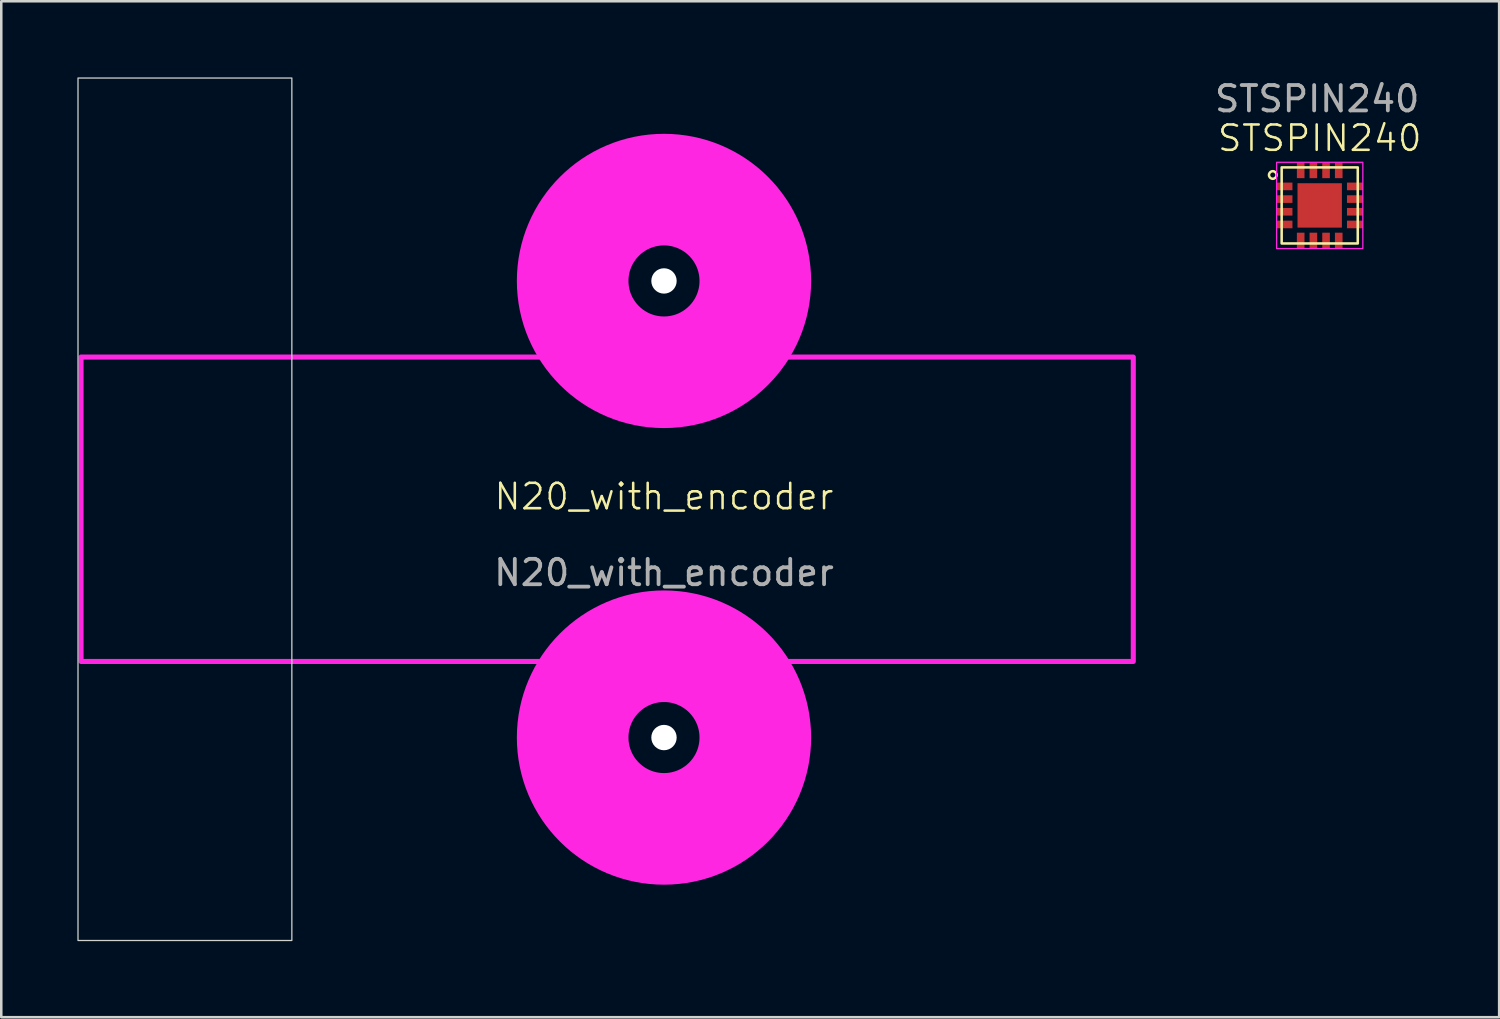
<source format=kicad_pcb>
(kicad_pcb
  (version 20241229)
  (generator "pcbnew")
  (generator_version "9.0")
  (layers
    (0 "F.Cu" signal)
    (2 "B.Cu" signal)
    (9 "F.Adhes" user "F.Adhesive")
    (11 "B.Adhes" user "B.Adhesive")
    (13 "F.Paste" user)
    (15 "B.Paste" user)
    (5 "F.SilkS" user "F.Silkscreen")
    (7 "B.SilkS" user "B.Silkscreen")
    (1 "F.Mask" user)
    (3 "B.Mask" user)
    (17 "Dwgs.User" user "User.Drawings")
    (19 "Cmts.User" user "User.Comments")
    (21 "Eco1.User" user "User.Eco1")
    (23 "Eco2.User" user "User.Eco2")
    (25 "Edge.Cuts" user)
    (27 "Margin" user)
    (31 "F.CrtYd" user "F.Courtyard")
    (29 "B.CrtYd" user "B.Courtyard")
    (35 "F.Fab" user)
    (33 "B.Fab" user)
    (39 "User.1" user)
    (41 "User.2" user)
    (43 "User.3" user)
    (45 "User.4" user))
  (footprint "N20_with_encoder"
    (layer "F.Cu")
    (at 23.125 17.025)
    (property "Reference" "N20_with_encoder" (at 0 -0.5 0) (unlocked yes) (layer "F.SilkS") (effects (font (size 1 1) (thickness 0.1))))
    (attr through_hole)
    (fp_rect (start -23.1 -17) (end -14.67 17) (stroke (width 0.05) (type default)) (fill no) (layer "Edge.Cuts"))
    (fp_rect (start -22.98 -6) (end 18.5 6) (stroke (width 0.2) (type solid)) (fill no) (layer "F.CrtYd"))
    (fp_circle (center 0 -9) (end 3.6 -9) (stroke (width 4.4) (type solid)) (fill no) (layer "F.CrtYd"))
    (fp_circle (center 0 9) (end 3.6 9) (stroke (width 4.4) (type solid)) (fill no) (layer "F.CrtYd"))
    (fp_text user "${REFERENCE}" (at 0 2.5 0) (unlocked yes) (layer "F.Fab") (effects (font (size 1 1) (thickness 0.15))))
    (pad "" np_thru_hole circle (at 0 -9) (size 1 1) (drill 2.2) (layers "*.Cu" "*.Mask"))
    (pad "" np_thru_hole circle (at 0 9) (size 1 1) (drill 2.2) (layers "*.Cu" "*.Mask")))
  (footprint "STSPIN240"
    (layer "F.Cu")
    (at 48.974 5.048)
    (property "Reference" "STSPIN240" (at 0 -2.65 0) (unlocked yes) (layer "F.SilkS") (effects (font (size 1 1) (thickness 0.1))))
    (attr smd)
    (fp_rect (start -1.5 -1.5) (end 1.5 1.5) (stroke (width 0.1) (type default)) (fill no) (layer "F.SilkS"))
    (fp_circle (center -1.85 -1.2) (end -1.7 -1.2) (stroke (width 0.1) (type default)) (fill no) (layer "F.SilkS"))
    (fp_rect (start -1.7 -1.7) (end 1.7 1.7) (stroke (width 0.05) (type solid)) (fill no) (layer "F.CrtYd"))
    (fp_text user "${REFERENCE}" (at -0.1 -4.2 0) (unlocked yes) (layer "F.Fab") (effects (font (size 1 1) (thickness 0.15))))
    (pad "1" smd rect (at -1.39 0.75 90) (size 0.3 0.63) (layers "F.Cu" "F.Mask" "F.Paste"))
    (pad "2" smd rect (at -1.39 0.25 90) (size 0.3 0.63) (layers "F.Cu" "F.Mask" "F.Paste"))
    (pad "3" smd rect (at -1.39 -0.25 90) (size 0.3 0.63) (layers "F.Cu" "F.Mask" "F.Paste"))
    (pad "4" smd rect (at -1.39 -0.75 90) (size 0.3 0.63) (layers "F.Cu" "F.Mask" "F.Paste"))
    (pad "5" smd rect (at -0.75 1.39) (size 0.3 0.63) (layers "F.Cu" "F.Mask" "F.Paste"))
    (pad "6" smd rect (at -0.25 1.39) (size 0.3 0.63) (layers "F.Cu" "F.Mask" "F.Paste"))
    (pad "7" smd rect (at 0.25 1.39) (size 0.3 0.63) (layers "F.Cu" "F.Mask" "F.Paste"))
    (pad "8" smd rect (at 0.75 1.39) (size 0.3 0.63) (layers "F.Cu" "F.Mask" "F.Paste"))
    (pad "9" smd rect (at 1.39 0.75 90) (size 0.3 0.63) (layers "F.Cu" "F.Mask" "F.Paste"))
    (pad "10" smd rect (at 1.39 0.25 90) (size 0.3 0.63) (layers "F.Cu" "F.Mask" "F.Paste"))
    (pad "11" smd rect (at 1.39 -0.25 90) (size 0.3 0.63) (layers "F.Cu" "F.Mask" "F.Paste"))
    (pad "12" smd rect (at 1.39 -0.75 90) (size 0.3 0.63) (layers "F.Cu" "F.Mask" "F.Paste"))
    (pad "13" smd rect (at 0.75 -1.39) (size 0.3 0.63) (layers "F.Cu" "F.Mask" "F.Paste"))
    (pad "14" smd rect (at 0.25 -1.39) (size 0.3 0.63) (layers "F.Cu" "F.Mask" "F.Paste"))
    (pad "15" smd rect (at -0.25 -1.39) (size 0.3 0.63) (layers "F.Cu" "F.Mask" "F.Paste"))
    (pad "16" smd rect (at -0.75 -1.39) (size 0.3 0.63) (layers "F.Cu" "F.Mask" "F.Paste"))
    (pad "17" smd rect (at 0 0 90) (size 1.75 1.75) (layers "F.Cu" "F.Mask" "F.Paste")))
  (gr_rect
    (start -3 -3)
    (end 56.048 37.05)
    (stroke (width 0.1) (type default))
    (fill no)
    (layer "Edge.Cuts")))
</source>
